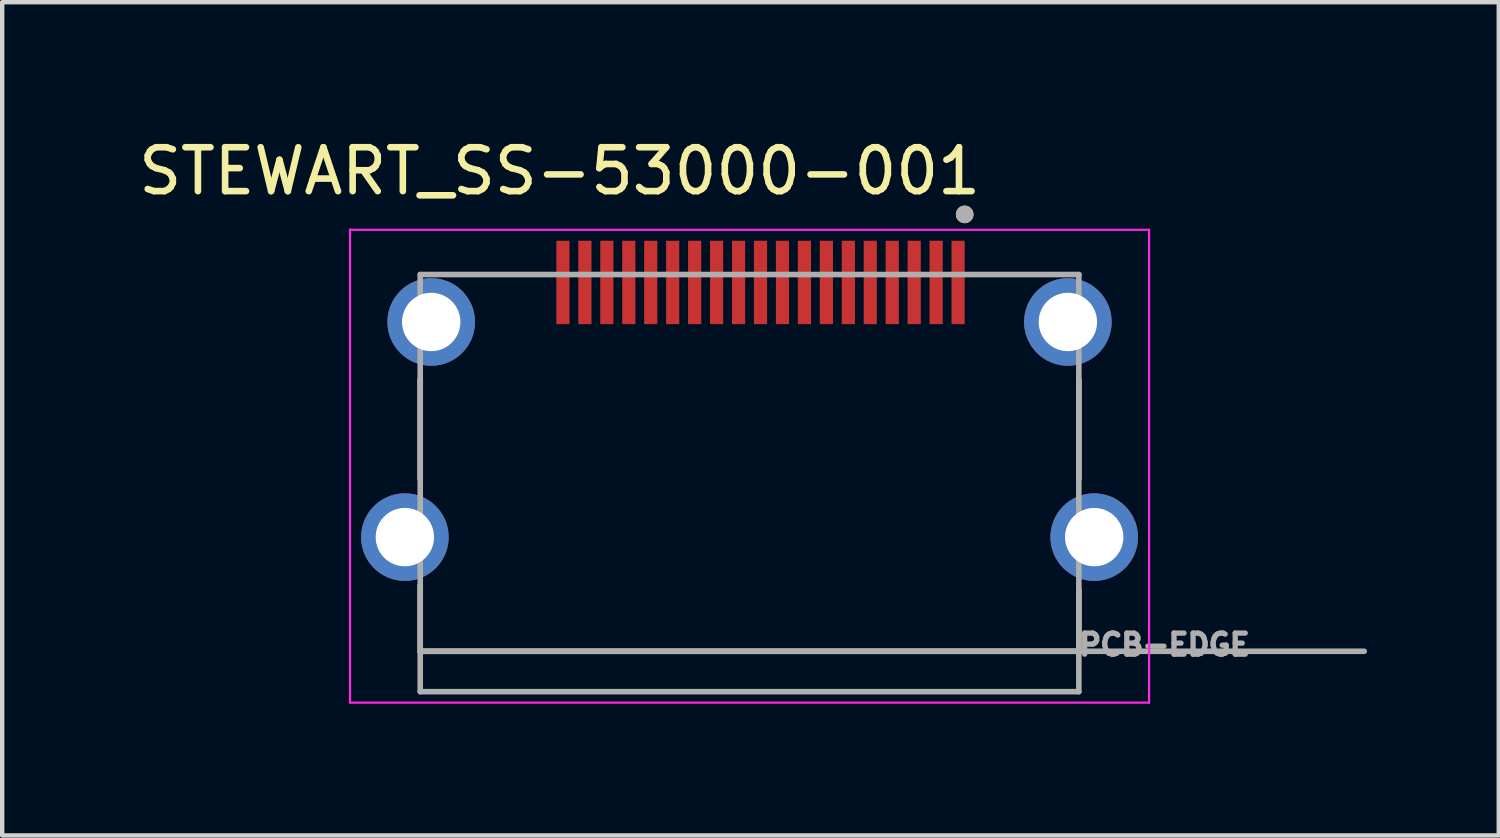
<source format=kicad_pcb>
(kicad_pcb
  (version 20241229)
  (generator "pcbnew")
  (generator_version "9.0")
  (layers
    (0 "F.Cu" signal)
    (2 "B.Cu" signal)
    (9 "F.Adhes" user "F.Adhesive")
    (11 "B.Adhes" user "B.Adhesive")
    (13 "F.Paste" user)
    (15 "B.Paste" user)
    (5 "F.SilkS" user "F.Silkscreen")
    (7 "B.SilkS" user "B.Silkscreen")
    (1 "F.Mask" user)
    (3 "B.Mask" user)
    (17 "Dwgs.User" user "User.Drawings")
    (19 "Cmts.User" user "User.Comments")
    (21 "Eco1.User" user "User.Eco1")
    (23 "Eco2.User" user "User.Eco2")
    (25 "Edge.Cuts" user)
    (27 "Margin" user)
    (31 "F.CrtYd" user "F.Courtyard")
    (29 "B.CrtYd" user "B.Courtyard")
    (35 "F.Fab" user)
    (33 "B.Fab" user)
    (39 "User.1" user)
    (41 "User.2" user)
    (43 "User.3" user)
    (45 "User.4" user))
  (footprint "STEWART_SS-53000-001"
    (layer "F.Cu")
    (at 14.021 3.383)
    (property "Reference" "STEWART_SS-53000-001" (at -4.325 -2.535 0) (layer "F.SilkS") (effects (font (size 1 1) (thickness 0.15))))
    (attr through_hole)
    (fp_line (start -7.5 2.22) (end -7.5 4.48) (stroke (width 0.127) (type solid)) (layer "F.SilkS"))
    (fp_line (start -7.5 6.9) (end -7.5 8.4) (stroke (width 0.127) (type solid)) (layer "F.SilkS"))
    (fp_line (start -7.5 8.4) (end 7.5 8.4) (stroke (width 0.127) (type solid)) (layer "F.SilkS"))
    (fp_line (start 7.5 2.22) (end 7.5 4.48) (stroke (width 0.127) (type solid)) (layer "F.SilkS"))
    (fp_line (start 7.5 8.4) (end 7.5 7) (stroke (width 0.127) (type solid)) (layer "F.SilkS"))
    (fp_circle (center 4.9 -1.55) (end 5 -1.55) (stroke (width 0.2) (type solid)) (fill no) (layer "F.SilkS"))
    (fp_line (start -9.1 -1.2) (end 9.1 -1.2) (stroke (width 0.05) (type solid)) (layer "F.CrtYd"))
    (fp_line (start -9.1 9.57) (end -9.1 -1.2) (stroke (width 0.05) (type solid)) (layer "F.CrtYd"))
    (fp_line (start 9.1 -1.2) (end 9.1 9.57) (stroke (width 0.05) (type solid)) (layer "F.CrtYd"))
    (fp_line (start 9.1 9.57) (end -9.1 9.57) (stroke (width 0.05) (type solid)) (layer "F.CrtYd"))
    (fp_line (start -7.5 -0.18) (end 7.5 -0.18) (stroke (width 0.127) (type solid)) (layer "F.Fab"))
    (fp_line (start -7.5 8.4) (end -7.5 -0.18) (stroke (width 0.127) (type solid)) (layer "F.Fab"))
    (fp_line (start -7.5 8.4) (end 14 8.4) (stroke (width 0.127) (type solid)) (layer "F.Fab"))
    (fp_line (start -7.5 9.32) (end -7.5 8.4) (stroke (width 0.127) (type solid)) (layer "F.Fab"))
    (fp_line (start 7.5 -0.18) (end 7.5 9.32) (stroke (width 0.127) (type solid)) (layer "F.Fab"))
    (fp_line (start 7.5 9.32) (end -7.5 9.32) (stroke (width 0.127) (type solid)) (layer "F.Fab"))
    (fp_circle (center 4.9 -1.55) (end 5 -1.55) (stroke (width 0.2) (type solid)) (fill no) (layer "F.Fab"))
    (fp_text user "PCB-EDGE" (at 9.45 8.25 0) (layer "F.Fab") (effects (font (size 0.48 0.48) (thickness 0.15))))
    (pad "1" smd rect (at 4.75 0) (size 0.3 1.9) (layers "F.Cu" "F.Mask" "F.Paste"))
    (pad "2" smd rect (at 4.25 0) (size 0.3 1.9) (layers "F.Cu" "F.Mask" "F.Paste"))
    (pad "3" smd rect (at 3.75 0) (size 0.3 1.9) (layers "F.Cu" "F.Mask" "F.Paste"))
    (pad "4" smd rect (at 3.25 0) (size 0.3 1.9) (layers "F.Cu" "F.Mask" "F.Paste"))
    (pad "5" smd rect (at 2.75 0) (size 0.3 1.9) (layers "F.Cu" "F.Mask" "F.Paste"))
    (pad "6" smd rect (at 2.25 0) (size 0.3 1.9) (layers "F.Cu" "F.Mask" "F.Paste"))
    (pad "7" smd rect (at 1.75 0) (size 0.3 1.9) (layers "F.Cu" "F.Mask" "F.Paste"))
    (pad "8" smd rect (at 1.25 0) (size 0.3 1.9) (layers "F.Cu" "F.Mask" "F.Paste"))
    (pad "9" smd rect (at 0.75 0) (size 0.3 1.9) (layers "F.Cu" "F.Mask" "F.Paste"))
    (pad "10" smd rect (at 0.25 0) (size 0.3 1.9) (layers "F.Cu" "F.Mask" "F.Paste"))
    (pad "11" smd rect (at -0.25 0) (size 0.3 1.9) (layers "F.Cu" "F.Mask" "F.Paste"))
    (pad "12" smd rect (at -0.75 0) (size 0.3 1.9) (layers "F.Cu" "F.Mask" "F.Paste"))
    (pad "13" smd rect (at -1.25 0) (size 0.3 1.9) (layers "F.Cu" "F.Mask" "F.Paste"))
    (pad "14" smd rect (at -1.75 0) (size 0.3 1.9) (layers "F.Cu" "F.Mask" "F.Paste"))
    (pad "15" smd rect (at -2.25 0) (size 0.3 1.9) (layers "F.Cu" "F.Mask" "F.Paste"))
    (pad "16" smd rect (at -2.75 0) (size 0.3 1.9) (layers "F.Cu" "F.Mask" "F.Paste"))
    (pad "17" smd rect (at -3.25 0) (size 0.3 1.9) (layers "F.Cu" "F.Mask" "F.Paste"))
    (pad "18" smd rect (at -3.75 0) (size 0.3 1.9) (layers "F.Cu" "F.Mask" "F.Paste"))
    (pad "19" smd rect (at -4.25 0) (size 0.3 1.9) (layers "F.Cu" "F.Mask" "F.Paste"))
    (pad "SH" thru_hole circle (at -7.85 5.8) (size 1.995 1.995) (drill 1.33) (layers "*.Cu" "*.Mask"))
    (pad "SH" thru_hole circle (at -7.25 0.9) (size 1.995 1.995) (drill 1.33) (layers "*.Cu" "*.Mask"))
    (pad "SH" thru_hole circle (at 7.25 0.9) (size 1.995 1.995) (drill 1.33) (layers "*.Cu" "*.Mask"))
    (pad "SH" thru_hole circle (at 7.85 5.8) (size 1.995 1.995) (drill 1.33) (layers "*.Cu" "*.Mask")))
  (gr_rect
    (start -3 -3)
    (end 31.085 15.978)
    (stroke (width 0.1) (type default))
    (fill no)
    (layer "Edge.Cuts")))
</source>
